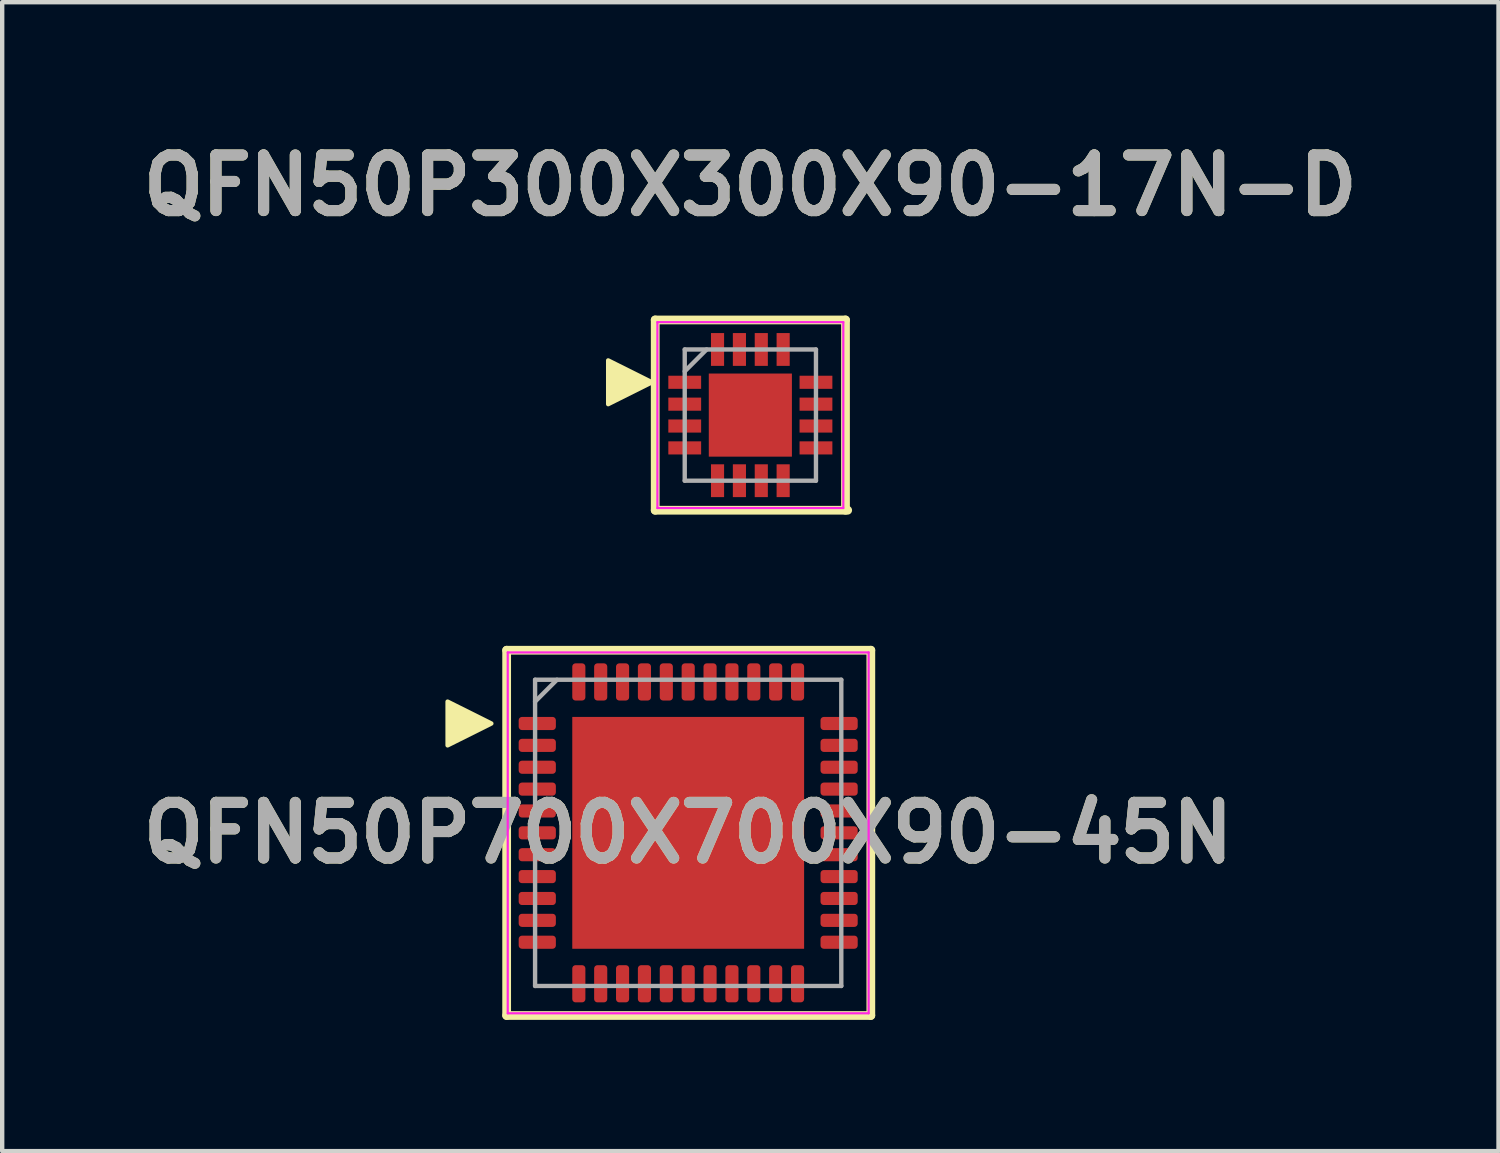
<source format=kicad_pcb>
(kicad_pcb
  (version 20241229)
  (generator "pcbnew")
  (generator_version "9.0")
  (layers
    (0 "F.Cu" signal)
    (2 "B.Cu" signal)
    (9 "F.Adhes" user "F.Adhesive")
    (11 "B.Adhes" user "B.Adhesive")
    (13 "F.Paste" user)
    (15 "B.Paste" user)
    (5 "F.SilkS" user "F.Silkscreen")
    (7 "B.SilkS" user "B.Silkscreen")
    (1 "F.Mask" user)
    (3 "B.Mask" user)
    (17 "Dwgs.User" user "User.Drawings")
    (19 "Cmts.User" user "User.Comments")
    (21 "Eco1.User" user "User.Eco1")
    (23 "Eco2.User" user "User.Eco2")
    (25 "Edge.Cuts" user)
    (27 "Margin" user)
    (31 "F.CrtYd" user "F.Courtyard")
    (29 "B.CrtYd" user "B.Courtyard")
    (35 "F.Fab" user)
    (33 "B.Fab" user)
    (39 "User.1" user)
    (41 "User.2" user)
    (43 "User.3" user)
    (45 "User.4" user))
  (footprint "QFN50P300X300X90-17N-D"
    (layer "F.Cu")
    (at 14.103 6.439)
    (property "Reference" "QFN50P300X300X90-17N-D" (at 0 -5.25 0) (layer "F.SilkS") (effects (font (size 1.27 1.27) (thickness 0.254))))
    (attr smd)
    (fp_line (start -2.175 2.175) (end -2.175 -2.175) (stroke (width 0.2) (type solid)) (layer "F.SilkS"))
    (fp_line (start 2.175 -2.175) (end -2.175 -2.175) (stroke (width 0.2) (type solid)) (layer "F.SilkS"))
    (fp_line (start 2.175 2.175) (end 2.175 -2.175) (stroke (width 0.2) (type solid)) (layer "F.SilkS"))
    (fp_line (start 2.225 2.175) (end -2.175 2.175) (stroke (width 0.2) (type solid)) (layer "F.SilkS"))
    (fp_poly (pts (xy -2.25 -0.75) (xy -3.25 -0.25) (xy -3.25 -1.25)) (stroke (width 0.1) (type solid)) (fill yes) (layer "F.SilkS"))
    (fp_line (start -2.125 -2.125) (end 2.125 -2.125) (stroke (width 0.05) (type solid)) (layer "F.CrtYd"))
    (fp_line (start -2.125 2.125) (end -2.125 -2.125) (stroke (width 0.05) (type solid)) (layer "F.CrtYd"))
    (fp_line (start 2.125 -2.125) (end 2.125 2.125) (stroke (width 0.05) (type solid)) (layer "F.CrtYd"))
    (fp_line (start 2.125 2.125) (end -2.125 2.125) (stroke (width 0.05) (type solid)) (layer "F.CrtYd"))
    (fp_line (start -1.5 -1.5) (end 1.5 -1.5) (stroke (width 0.1) (type solid)) (layer "F.Fab"))
    (fp_line (start -1.5 -1) (end -1 -1.5) (stroke (width 0.1) (type solid)) (layer "F.Fab"))
    (fp_line (start -1.5 1.5) (end -1.5 -1.5) (stroke (width 0.1) (type solid)) (layer "F.Fab"))
    (fp_line (start 1.5 -1.5) (end 1.5 1.5) (stroke (width 0.1) (type solid)) (layer "F.Fab"))
    (fp_line (start 1.5 1.5) (end -1.5 1.5) (stroke (width 0.1) (type solid)) (layer "F.Fab"))
    (fp_text user "${REFERENCE}" (at 0 -5.25 0) (layer "F.Fab") (effects (font (size 1.27 1.27) (thickness 0.254))))
    (pad "1" smd rect (at -1.5 -0.75 90) (size 0.3 0.75) (layers "F.Cu" "F.Mask" "F.Paste"))
    (pad "2" smd rect (at -1.5 -0.25 90) (size 0.3 0.75) (layers "F.Cu" "F.Mask" "F.Paste"))
    (pad "3" smd rect (at -1.5 0.25 90) (size 0.3 0.75) (layers "F.Cu" "F.Mask" "F.Paste"))
    (pad "4" smd rect (at -1.5 0.75 90) (size 0.3 0.75) (layers "F.Cu" "F.Mask" "F.Paste"))
    (pad "5" smd rect (at -0.75 1.5) (size 0.3 0.75) (layers "F.Cu" "F.Mask" "F.Paste"))
    (pad "6" smd rect (at -0.25 1.5) (size 0.3 0.75) (layers "F.Cu" "F.Mask" "F.Paste"))
    (pad "7" smd rect (at 0.25 1.5) (size 0.3 0.75) (layers "F.Cu" "F.Mask" "F.Paste"))
    (pad "8" smd rect (at 0.75 1.5) (size 0.3 0.75) (layers "F.Cu" "F.Mask" "F.Paste"))
    (pad "9" smd rect (at 1.5 0.75 90) (size 0.3 0.75) (layers "F.Cu" "F.Mask" "F.Paste"))
    (pad "10" smd rect (at 1.5 0.25 90) (size 0.3 0.75) (layers "F.Cu" "F.Mask" "F.Paste"))
    (pad "11" smd rect (at 1.5 -0.25 90) (size 0.3 0.75) (layers "F.Cu" "F.Mask" "F.Paste"))
    (pad "12" smd rect (at 1.5 -0.75 90) (size 0.3 0.75) (layers "F.Cu" "F.Mask" "F.Paste"))
    (pad "13" smd rect (at 0.75 -1.5) (size 0.3 0.75) (layers "F.Cu" "F.Mask" "F.Paste"))
    (pad "14" smd rect (at 0.25 -1.5) (size 0.3 0.75) (layers "F.Cu" "F.Mask" "F.Paste"))
    (pad "15" smd rect (at -0.25 -1.5) (size 0.3 0.75) (layers "F.Cu" "F.Mask" "F.Paste"))
    (pad "16" smd rect (at -0.75 -1.5) (size 0.3 0.75) (layers "F.Cu" "F.Mask" "F.Paste"))
    (pad "17" smd rect (at 0 0) (size 1.9 1.9) (layers "F.Cu" "F.Mask" "F.Paste")))
  (footprint "QFN50P700X700X90-45N"
    (layer "F.Cu")
    (at 12.682 15.989)
    (property "Reference" "QFN50P700X700X90-45N" (at 0 0 0) (layer "F.SilkS") (effects (font (size 1.27 1.27) (thickness 0.254))))
    (attr smd)
    (fp_line (start -4.15 -4.175) (end 4.175 -4.175) (stroke (width 0.2) (type solid)) (layer "F.SilkS"))
    (fp_line (start -4.15 4.175) (end -4.15 -4.175) (stroke (width 0.2) (type solid)) (layer "F.SilkS"))
    (fp_line (start -4.15 4.175) (end 4.175 4.175) (stroke (width 0.2) (type solid)) (layer "F.SilkS"))
    (fp_line (start 4.175 4.175) (end 4.175 -4.175) (stroke (width 0.2) (type solid)) (layer "F.SilkS"))
    (fp_poly (pts (xy -4.5 -2.5) (xy -5.5 -2) (xy -5.5 -3)) (stroke (width 0.1) (type solid)) (fill yes) (layer "F.SilkS"))
    (fp_line (start -4.125 -4.125) (end 4.125 -4.125) (stroke (width 0.05) (type solid)) (layer "F.CrtYd"))
    (fp_line (start -4.125 4.125) (end -4.125 -4.125) (stroke (width 0.05) (type solid)) (layer "F.CrtYd"))
    (fp_line (start 4.125 -4.125) (end 4.125 4.125) (stroke (width 0.05) (type solid)) (layer "F.CrtYd"))
    (fp_line (start 4.125 4.125) (end -4.125 4.125) (stroke (width 0.05) (type solid)) (layer "F.CrtYd"))
    (fp_line (start -3.5 -3.5) (end 3.5 -3.5) (stroke (width 0.1) (type solid)) (layer "F.Fab"))
    (fp_line (start -3.5 -3) (end -3 -3.5) (stroke (width 0.1) (type solid)) (layer "F.Fab"))
    (fp_line (start -3.5 3.5) (end -3.5 -3.5) (stroke (width 0.1) (type solid)) (layer "F.Fab"))
    (fp_line (start 3.5 -3.5) (end 3.5 3.5) (stroke (width 0.1) (type solid)) (layer "F.Fab"))
    (fp_line (start 3.5 3.5) (end -3.5 3.5) (stroke (width 0.1) (type solid)) (layer "F.Fab"))
    (fp_text user "${REFERENCE}" (at 0 0 0) (layer "F.Fab") (effects (font (size 1.27 1.27) (thickness 0.254))))
    (pad "1" smd roundrect (at -3.45 -2.5 90) (size 0.3 0.85) (layers "F.Cu" "F.Mask" "F.Paste") (roundrect_rratio 0.25))
    (pad "2" smd roundrect (at -3.45 -2 90) (size 0.3 0.85) (layers "F.Cu" "F.Mask" "F.Paste") (roundrect_rratio 0.25))
    (pad "3" smd roundrect (at -3.45 -1.5 90) (size 0.3 0.85) (layers "F.Cu" "F.Mask" "F.Paste") (roundrect_rratio 0.25))
    (pad "4" smd roundrect (at -3.45 -1 90) (size 0.3 0.85) (layers "F.Cu" "F.Mask" "F.Paste") (roundrect_rratio 0.25))
    (pad "5" smd roundrect (at -3.45 -0.5 90) (size 0.3 0.85) (layers "F.Cu" "F.Mask" "F.Paste") (roundrect_rratio 0.25))
    (pad "6" smd roundrect (at -3.45 0 90) (size 0.3 0.85) (layers "F.Cu" "F.Mask" "F.Paste") (roundrect_rratio 0.25))
    (pad "7" smd roundrect (at -3.45 0.5 90) (size 0.3 0.85) (layers "F.Cu" "F.Mask" "F.Paste") (roundrect_rratio 0.25))
    (pad "8" smd roundrect (at -3.45 1 90) (size 0.3 0.85) (layers "F.Cu" "F.Mask" "F.Paste") (roundrect_rratio 0.25))
    (pad "9" smd roundrect (at -3.45 1.5 90) (size 0.3 0.85) (layers "F.Cu" "F.Mask" "F.Paste") (roundrect_rratio 0.25))
    (pad "10" smd roundrect (at -3.45 2 90) (size 0.3 0.85) (layers "F.Cu" "F.Mask" "F.Paste") (roundrect_rratio 0.25))
    (pad "11" smd roundrect (at -3.45 2.5 90) (size 0.3 0.85) (layers "F.Cu" "F.Mask" "F.Paste") (roundrect_rratio 0.25))
    (pad "12" smd roundrect (at -2.5 3.45) (size 0.3 0.85) (layers "F.Cu" "F.Mask" "F.Paste") (roundrect_rratio 0.25))
    (pad "13" smd roundrect (at -2 3.45) (size 0.3 0.85) (layers "F.Cu" "F.Mask" "F.Paste") (roundrect_rratio 0.25))
    (pad "14" smd roundrect (at -1.5 3.45) (size 0.3 0.85) (layers "F.Cu" "F.Mask" "F.Paste") (roundrect_rratio 0.25))
    (pad "15" smd roundrect (at -1 3.45) (size 0.3 0.85) (layers "F.Cu" "F.Mask" "F.Paste") (roundrect_rratio 0.25))
    (pad "16" smd roundrect (at -0.5 3.45) (size 0.3 0.85) (layers "F.Cu" "F.Mask" "F.Paste") (roundrect_rratio 0.25))
    (pad "17" smd roundrect (at 0 3.45) (size 0.3 0.85) (layers "F.Cu" "F.Mask" "F.Paste") (roundrect_rratio 0.25))
    (pad "18" smd roundrect (at 0.5 3.45) (size 0.3 0.85) (layers "F.Cu" "F.Mask" "F.Paste") (roundrect_rratio 0.25))
    (pad "19" smd roundrect (at 1 3.45) (size 0.3 0.85) (layers "F.Cu" "F.Mask" "F.Paste") (roundrect_rratio 0.25))
    (pad "20" smd roundrect (at 1.5 3.45) (size 0.3 0.85) (layers "F.Cu" "F.Mask" "F.Paste") (roundrect_rratio 0.25))
    (pad "21" smd roundrect (at 2 3.45) (size 0.3 0.85) (layers "F.Cu" "F.Mask" "F.Paste") (roundrect_rratio 0.25))
    (pad "22" smd roundrect (at 2.5 3.45) (size 0.3 0.85) (layers "F.Cu" "F.Mask" "F.Paste") (roundrect_rratio 0.25))
    (pad "23" smd roundrect (at 3.45 2.5 90) (size 0.3 0.85) (layers "F.Cu" "F.Mask" "F.Paste") (roundrect_rratio 0.25))
    (pad "24" smd roundrect (at 3.45 2 90) (size 0.3 0.85) (layers "F.Cu" "F.Mask" "F.Paste") (roundrect_rratio 0.25))
    (pad "25" smd roundrect (at 3.45 1.5 90) (size 0.3 0.85) (layers "F.Cu" "F.Mask" "F.Paste") (roundrect_rratio 0.25))
    (pad "26" smd roundrect (at 3.45 1 90) (size 0.3 0.85) (layers "F.Cu" "F.Mask" "F.Paste") (roundrect_rratio 0.25))
    (pad "27" smd roundrect (at 3.45 0.5 90) (size 0.3 0.85) (layers "F.Cu" "F.Mask" "F.Paste") (roundrect_rratio 0.25))
    (pad "28" smd roundrect (at 3.45 0 90) (size 0.3 0.85) (layers "F.Cu" "F.Mask" "F.Paste") (roundrect_rratio 0.25))
    (pad "29" smd roundrect (at 3.45 -0.5 90) (size 0.3 0.85) (layers "F.Cu" "F.Mask" "F.Paste") (roundrect_rratio 0.25))
    (pad "30" smd roundrect (at 3.45 -1 90) (size 0.3 0.85) (layers "F.Cu" "F.Mask" "F.Paste") (roundrect_rratio 0.25))
    (pad "31" smd roundrect (at 3.45 -1.5 90) (size 0.3 0.85) (layers "F.Cu" "F.Mask" "F.Paste") (roundrect_rratio 0.25))
    (pad "32" smd roundrect (at 3.45 -2 90) (size 0.3 0.85) (layers "F.Cu" "F.Mask" "F.Paste") (roundrect_rratio 0.25))
    (pad "33" smd roundrect (at 3.45 -2.5 90) (size 0.3 0.85) (layers "F.Cu" "F.Mask" "F.Paste") (roundrect_rratio 0.25))
    (pad "34" smd roundrect (at 2.5 -3.45) (size 0.3 0.85) (layers "F.Cu" "F.Mask" "F.Paste") (roundrect_rratio 0.25))
    (pad "35" smd roundrect (at 2 -3.45) (size 0.3 0.85) (layers "F.Cu" "F.Mask" "F.Paste") (roundrect_rratio 0.25))
    (pad "36" smd roundrect (at 1.5 -3.45) (size 0.3 0.85) (layers "F.Cu" "F.Mask" "F.Paste") (roundrect_rratio 0.25))
    (pad "37" smd roundrect (at 1 -3.45) (size 0.3 0.85) (layers "F.Cu" "F.Mask" "F.Paste") (roundrect_rratio 0.25))
    (pad "38" smd roundrect (at 0.5 -3.45) (size 0.3 0.85) (layers "F.Cu" "F.Mask" "F.Paste") (roundrect_rratio 0.25))
    (pad "39" smd roundrect (at 0 -3.45) (size 0.3 0.85) (layers "F.Cu" "F.Mask" "F.Paste") (roundrect_rratio 0.25))
    (pad "40" smd roundrect (at -0.5 -3.45) (size 0.3 0.85) (layers "F.Cu" "F.Mask" "F.Paste") (roundrect_rratio 0.25))
    (pad "41" smd roundrect (at -1 -3.45) (size 0.3 0.85) (layers "F.Cu" "F.Mask" "F.Paste") (roundrect_rratio 0.25))
    (pad "42" smd roundrect (at -1.5 -3.45) (size 0.3 0.85) (layers "F.Cu" "F.Mask" "F.Paste") (roundrect_rratio 0.25))
    (pad "43" smd roundrect (at -2 -3.45) (size 0.3 0.85) (layers "F.Cu" "F.Mask" "F.Paste") (roundrect_rratio 0.25))
    (pad "44" smd roundrect (at -2.5 -3.45) (size 0.3 0.85) (layers "F.Cu" "F.Mask" "F.Paste") (roundrect_rratio 0.25))
    (pad "45" smd rect (at 0 0) (size 5.3 5.3) (layers "F.Cu" "F.Mask" "F.Paste")))
  (gr_rect
    (start -3 -3)
    (end 31.206 23.264)
    (stroke (width 0.1) (type default))
    (fill no)
    (layer "Edge.Cuts")))
</source>
